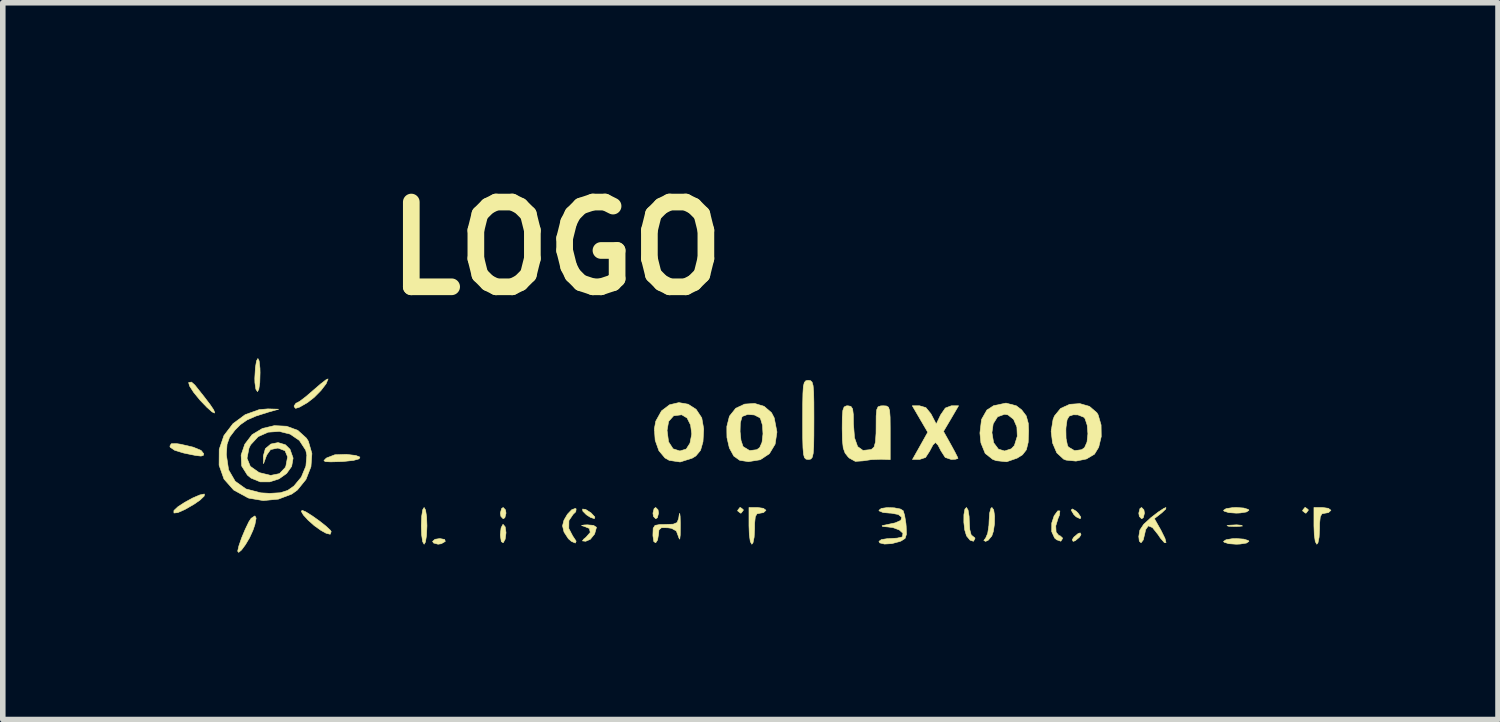
<source format=kicad_pcb>
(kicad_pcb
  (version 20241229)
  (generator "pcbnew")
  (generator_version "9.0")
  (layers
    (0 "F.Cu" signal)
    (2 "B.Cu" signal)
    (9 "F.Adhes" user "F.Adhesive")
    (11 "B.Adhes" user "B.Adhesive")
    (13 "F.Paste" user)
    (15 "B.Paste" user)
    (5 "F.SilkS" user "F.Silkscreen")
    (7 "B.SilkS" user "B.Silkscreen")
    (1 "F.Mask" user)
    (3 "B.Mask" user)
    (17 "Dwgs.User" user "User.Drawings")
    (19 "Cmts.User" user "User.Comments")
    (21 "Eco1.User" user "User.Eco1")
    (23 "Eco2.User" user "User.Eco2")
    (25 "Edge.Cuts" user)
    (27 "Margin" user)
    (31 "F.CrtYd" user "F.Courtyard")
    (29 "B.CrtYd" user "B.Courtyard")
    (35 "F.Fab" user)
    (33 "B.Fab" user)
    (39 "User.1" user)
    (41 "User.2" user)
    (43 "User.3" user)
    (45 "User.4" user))
  (footprint "LOGO"
    (layer "F.Cu")
    (at 10.368 5.111)
    (property "Reference" "LOGO" (at -3.409 -3.693 0) (layer "F.SilkS") (effects (font (size 1.524 1.524) (thickness 0.3))))
    (attr through_hole)
    (fp_poly (pts (xy -5.422 1.54) (xy -5.41 1.575) (xy -5.482 1.617) (xy -5.54 1.626) (xy -5.621 1.604) (xy -5.639 1.575) (xy -5.595 1.537) (xy -5.509 1.524) (xy -5.422 1.54)) (stroke (width 0.01) (type solid)) (fill yes) (layer "F.SilkS"))
    (fp_poly (pts (xy -4.328 1.008) (xy -4.318 1.067) (xy -4.339 1.149) (xy -4.369 1.168) (xy -4.41 1.126) (xy -4.42 1.067) (xy -4.398 0.984) (xy -4.369 0.965) (xy -4.328 1.008)) (stroke (width 0.01) (type solid)) (fill yes) (layer "F.SilkS"))
    (fp_poly (pts (xy -1.584 1.008) (xy -1.575 1.067) (xy -1.596 1.149) (xy -1.626 1.168) (xy -1.667 1.126) (xy -1.676 1.067) (xy -1.655 0.984) (xy -1.626 0.965) (xy -1.584 1.008)) (stroke (width 0.01) (type solid)) (fill yes) (layer "F.SilkS"))
    (fp_poly (pts (xy -0.052 1.004) (xy -0.051 1.016) (xy -0.089 1.065) (xy -0.102 1.067) (xy -0.151 1.028) (xy -0.152 1.016) (xy -0.114 0.967) (xy -0.102 0.965) (xy -0.052 1.004)) (stroke (width 0.01) (type solid)) (fill yes) (layer "F.SilkS"))
    (fp_poly (pts (xy 5.935 1.032) (xy 5.969 1.066) (xy 6.019 1.139) (xy 6.008 1.168) (xy 5.935 1.133) (xy 5.892 1.091) (xy 5.845 1.012) (xy 5.867 0.991) (xy 5.935 1.032)) (stroke (width 0.01) (type solid)) (fill yes) (layer "F.SilkS"))
    (fp_poly (pts (xy 6.022 1.453) (xy 5.994 1.499) (xy 5.918 1.563) (xy 5.88 1.575) (xy 5.865 1.544) (xy 5.893 1.499) (xy 5.969 1.435) (xy 6.007 1.422) (xy 6.022 1.453)) (stroke (width 0.01) (type solid)) (fill yes) (layer "F.SilkS"))
    (fp_poly (pts (xy 7.153 1.008) (xy 7.163 1.067) (xy 7.142 1.149) (xy 7.112 1.168) (xy 7.071 1.126) (xy 7.061 1.067) (xy 7.082 0.984) (xy 7.112 0.965) (xy 7.153 1.008)) (stroke (width 0.01) (type solid)) (fill yes) (layer "F.SilkS"))
    (fp_poly (pts (xy 8.903 1.285) (xy 8.927 1.298) (xy 8.863 1.305) (xy 8.788 1.307) (xy 8.679 1.303) (xy 8.648 1.293) (xy 8.674 1.285) (xy 8.822 1.277) (xy 8.903 1.285)) (stroke (width 0.01) (type solid)) (fill yes) (layer "F.SilkS"))
    (fp_poly (pts (xy 10.108 1.004) (xy 10.109 1.016) (xy 10.071 1.065) (xy 10.058 1.067) (xy 10.009 1.028) (xy 10.008 1.016) (xy 10.046 0.967) (xy 10.058 0.965) (xy 10.108 1.004)) (stroke (width 0.01) (type solid)) (fill yes) (layer "F.SilkS"))
    (fp_poly (pts (xy -2.885 1.001) (xy -2.793 1.06) (xy -2.788 1.064) (xy -2.72 1.137) (xy -2.729 1.166) (xy -2.8 1.143) (xy -2.873 1.096) (xy -2.937 1.031) (xy -2.941 0.993) (xy -2.885 1.001)) (stroke (width 0.01) (type solid)) (fill yes) (layer "F.SilkS"))
    (fp_poly (pts (xy -4.333 1.314) (xy -4.318 1.419) (xy -4.334 1.537) (xy -4.369 1.6) (xy -4.403 1.579) (xy -4.419 1.475) (xy -4.42 1.451) (xy -4.407 1.332) (xy -4.376 1.272) (xy -4.369 1.27) (xy -4.333 1.314)) (stroke (width 0.01) (type solid)) (fill yes) (layer "F.SilkS"))
    (fp_poly (pts (xy -8.758 -1.671) (xy -8.743 -1.538) (xy -8.741 -1.46) (xy -8.746 -1.281) (xy -8.764 -1.159) (xy -8.788 -1.118) (xy -8.817 -1.163) (xy -8.834 -1.279) (xy -8.836 -1.359) (xy -8.825 -1.551) (xy -8.805 -1.671) (xy -8.78 -1.714) (xy -8.758 -1.671)) (stroke (width 0.01) (type solid)) (fill yes) (layer "F.SilkS"))
    (fp_poly (pts (xy -5.765 1.012) (xy -5.746 1.135) (xy -5.74 1.295) (xy -5.748 1.468) (xy -5.767 1.586) (xy -5.791 1.626) (xy -5.818 1.579) (xy -5.836 1.455) (xy -5.842 1.295) (xy -5.835 1.123) (xy -5.816 1.005) (xy -5.791 0.965) (xy -5.765 1.012)) (stroke (width 0.01) (type solid)) (fill yes) (layer "F.SilkS"))
    (fp_poly (pts (xy 8.95 0.975) (xy 9.032 1.001) (xy 9.042 1.016) (xy 8.997 1.046) (xy 8.882 1.064) (xy 8.814 1.067) (xy 8.677 1.057) (xy 8.596 1.031) (xy 8.585 1.016) (xy 8.631 0.986) (xy 8.745 0.968) (xy 8.814 0.965) (xy 8.95 0.975)) (stroke (width 0.01) (type solid)) (fill yes) (layer "F.SilkS"))
    (fp_poly (pts (xy 8.95 1.534) (xy 9.032 1.56) (xy 9.042 1.575) (xy 8.997 1.605) (xy 8.882 1.623) (xy 8.814 1.626) (xy 8.677 1.616) (xy 8.596 1.59) (xy 8.585 1.575) (xy 8.631 1.545) (xy 8.745 1.526) (xy 8.814 1.524) (xy 8.95 1.534)) (stroke (width 0.01) (type solid)) (fill yes) (layer "F.SilkS"))
    (fp_poly (pts (xy -7.019 0.03) (xy -6.945 0.059) (xy -6.961 0.091) (xy -7.063 0.119) (xy -7.245 0.138) (xy -7.29 0.14) (xy -7.472 0.145) (xy -7.568 0.14) (xy -7.593 0.122) (xy -7.561 0.088) (xy -7.544 0.074) (xy -7.396 0.017) (xy -7.188 0.01) (xy -7.019 0.03)) (stroke (width 0.01) (type solid)) (fill yes) (layer "F.SilkS"))
    (fp_poly (pts (xy -10.173 -0.173) (xy -9.944 -0.12) (xy -9.802 -0.061) (xy -9.754 -0.001) (xy -9.763 0.03) (xy -9.804 0.041) (xy -9.898 0.03) (xy -10.064 -0.003) (xy -10.122 -0.016) (xy -10.276 -0.063) (xy -10.356 -0.117) (xy -10.363 -0.138) (xy -10.338 -0.181) (xy -10.247 -0.184) (xy -10.173 -0.173)) (stroke (width 0.01) (type solid)) (fill yes) (layer "F.SilkS"))
    (fp_poly (pts (xy -9.742 0.724) (xy -9.746 0.76) (xy -9.82 0.831) (xy -9.929 0.907) (xy -10.094 1.002) (xy -10.219 1.057) (xy -10.29 1.065) (xy -10.291 1.023) (xy -10.287 1.017) (xy -10.218 0.952) (xy -10.095 0.872) (xy -9.954 0.795) (xy -9.826 0.74) (xy -9.745 0.723) (xy -9.742 0.724)) (stroke (width 0.01) (type solid)) (fill yes) (layer "F.SilkS"))
    (fp_poly (pts (xy -8.812 1.157) (xy -8.834 1.273) (xy -8.87 1.378) (xy -8.931 1.511) (xy -9.004 1.634) (xy -9.074 1.729) (xy -9.126 1.773) (xy -9.144 1.751) (xy -9.123 1.658) (xy -9.073 1.513) (xy -9.007 1.356) (xy -8.943 1.223) (xy -8.901 1.159) (xy -8.834 1.116) (xy -8.812 1.157)) (stroke (width 0.01) (type solid)) (fill yes) (layer "F.SilkS"))
    (fp_poly (pts (xy -7.918 1.044) (xy -7.805 1.115) (xy -7.674 1.208) (xy -7.556 1.301) (xy -7.478 1.374) (xy -7.462 1.399) (xy -7.48 1.447) (xy -7.555 1.428) (xy -7.648 1.376) (xy -7.767 1.291) (xy -7.878 1.192) (xy -7.962 1.1) (xy -8 1.035) (xy -7.985 1.016) (xy -7.918 1.044)) (stroke (width 0.01) (type solid)) (fill yes) (layer "F.SilkS"))
    (fp_poly (pts (xy -9.911 -1.233) (xy -9.746 -1.025) (xy -9.638 -0.883) (xy -9.578 -0.794) (xy -9.558 -0.747) (xy -9.562 -0.733) (xy -9.606 -0.755) (xy -9.697 -0.836) (xy -9.816 -0.96) (xy -9.823 -0.968) (xy -9.936 -1.106) (xy -10.008 -1.218) (xy -10.026 -1.281) (xy -10.025 -1.282) (xy -9.974 -1.29) (xy -9.911 -1.233)) (stroke (width 0.01) (type solid)) (fill yes) (layer "F.SilkS"))
    (fp_poly (pts (xy -2.745 1.287) (xy -2.693 1.32) (xy -2.692 1.324) (xy -2.725 1.442) (xy -2.803 1.538) (xy -2.885 1.573) (xy -2.944 1.566) (xy -2.92 1.533) (xy -2.883 1.504) (xy -2.803 1.413) (xy -2.82 1.342) (xy -2.908 1.306) (xy -2.961 1.29) (xy -2.916 1.28) (xy -2.857 1.277) (xy -2.745 1.287)) (stroke (width 0.01) (type solid)) (fill yes) (layer "F.SilkS"))
    (fp_poly (pts (xy 4.452 1.009) (xy 4.468 1.119) (xy 4.466 1.259) (xy 4.446 1.394) (xy 4.418 1.477) (xy 4.352 1.555) (xy 4.306 1.575) (xy 4.274 1.558) (xy 4.308 1.514) (xy 4.344 1.43) (xy 4.366 1.286) (xy 4.369 1.209) (xy 4.378 1.068) (xy 4.402 0.98) (xy 4.42 0.965) (xy 4.452 1.009)) (stroke (width 0.01) (type solid)) (fill yes) (layer "F.SilkS"))
    (fp_poly (pts (xy 3.991 1.011) (xy 4.01 1.128) (xy 4.013 1.219) (xy 4.022 1.364) (xy 4.046 1.456) (xy 4.064 1.473) (xy 4.113 1.512) (xy 4.115 1.524) (xy 4.088 1.573) (xy 4.027 1.553) (xy 3.964 1.477) (xy 3.931 1.37) (xy 3.915 1.231) (xy 3.916 1.095) (xy 3.934 0.995) (xy 3.962 0.965) (xy 3.991 1.011)) (stroke (width 0.01) (type solid)) (fill yes) (layer "F.SilkS"))
    (fp_poly (pts (xy 5.642 1.027) (xy 5.634 1.103) (xy 5.609 1.162) (xy 5.568 1.296) (xy 5.574 1.409) (xy 5.624 1.47) (xy 5.644 1.473) (xy 5.688 1.512) (xy 5.69 1.524) (xy 5.659 1.572) (xy 5.586 1.547) (xy 5.547 1.514) (xy 5.495 1.399) (xy 5.496 1.244) (xy 5.539 1.114) (xy 5.604 1.026) (xy 5.642 1.027)) (stroke (width 0.01) (type solid)) (fill yes) (layer "F.SilkS"))
    (fp_poly (pts (xy -3.057 0.991) (xy -3.064 1.042) (xy -3.112 1.089) (xy -3.187 1.2) (xy -3.189 1.343) (xy -3.118 1.48) (xy -3.116 1.482) (xy -3.057 1.571) (xy -3.072 1.605) (xy -3.142 1.575) (xy -3.196 1.528) (xy -3.275 1.407) (xy -3.302 1.295) (xy -3.276 1.193) (xy -3.214 1.087) (xy -3.138 1.007) (xy -3.072 0.982) (xy -3.057 0.991)) (stroke (width 0.01) (type solid)) (fill yes) (layer "F.SilkS"))
    (fp_poly (pts (xy 0.31 0.98) (xy 0.356 1.015) (xy 0.356 1.016) (xy 0.313 1.057) (xy 0.254 1.067) (xy 0.195 1.079) (xy 0.165 1.131) (xy 0.153 1.248) (xy 0.152 1.346) (xy 0.144 1.499) (xy 0.123 1.601) (xy 0.102 1.626) (xy 0.075 1.579) (xy 0.057 1.455) (xy 0.051 1.295) (xy 0.051 0.965) (xy 0.203 0.965) (xy 0.31 0.98)) (stroke (width 0.01) (type solid)) (fill yes) (layer "F.SilkS"))
    (fp_poly (pts (xy 10.47 0.98) (xy 10.516 1.015) (xy 10.516 1.016) (xy 10.473 1.057) (xy 10.414 1.067) (xy 10.355 1.079) (xy 10.325 1.131) (xy 10.313 1.248) (xy 10.312 1.346) (xy 10.304 1.499) (xy 10.283 1.601) (xy 10.262 1.626) (xy 10.235 1.579) (xy 10.217 1.455) (xy 10.211 1.295) (xy 10.211 0.965) (xy 10.363 0.965) (xy 10.47 0.98)) (stroke (width 0.01) (type solid)) (fill yes) (layer "F.SilkS"))
    (fp_poly (pts (xy -7.518 -1.346) (xy -7.554 -1.259) (xy -7.646 -1.139) (xy -7.766 -1.017) (xy -7.89 -0.92) (xy -7.894 -0.918) (xy -8.03 -0.84) (xy -8.102 -0.817) (xy -8.127 -0.846) (xy -8.128 -0.864) (xy -8.093 -0.913) (xy -8.083 -0.914) (xy -8.025 -0.946) (xy -7.916 -1.029) (xy -7.78 -1.146) (xy -7.778 -1.148) (xy -7.65 -1.258) (xy -7.557 -1.33) (xy -7.519 -1.347) (xy -7.518 -1.346)) (stroke (width 0.01) (type solid)) (fill yes) (layer "F.SilkS"))
    (fp_poly (pts (xy 7.546 0.993) (xy 7.479 1.057) (xy 7.468 1.066) (xy 7.341 1.165) (xy 7.459 1.374) (xy 7.532 1.521) (xy 7.551 1.598) (xy 7.522 1.598) (xy 7.449 1.514) (xy 7.408 1.453) (xy 7.307 1.326) (xy 7.232 1.296) (xy 7.184 1.364) (xy 7.171 1.426) (xy 7.141 1.549) (xy 7.102 1.6) (xy 7.07 1.57) (xy 7.061 1.487) (xy 7.08 1.373) (xy 7.149 1.268) (xy 7.282 1.146) (xy 7.411 1.047) (xy 7.511 0.982) (xy 7.549 0.966) (xy 7.546 0.993)) (stroke (width 0.01) (type solid)) (fill yes) (layer "F.SilkS"))
    (fp_poly (pts (xy -1.187 1.124) (xy -1.183 1.255) (xy -1.183 1.295) (xy -1.185 1.461) (xy -1.194 1.535) (xy -1.209 1.513) (xy -1.213 1.499) (xy -1.255 1.388) (xy -1.341 1.34) (xy -1.41 1.33) (xy -1.523 1.329) (xy -1.568 1.369) (xy -1.575 1.442) (xy -1.593 1.55) (xy -1.626 1.6) (xy -1.66 1.579) (xy -1.676 1.475) (xy -1.676 1.451) (xy -1.672 1.339) (xy -1.638 1.287) (xy -1.549 1.271) (xy -1.451 1.27) (xy -1.311 1.265) (xy -1.242 1.236) (xy -1.213 1.163) (xy -1.205 1.105) (xy -1.195 1.069) (xy -1.187 1.124)) (stroke (width 0.01) (type solid)) (fill yes) (layer "F.SilkS"))
    (fp_poly (pts (xy 1.158 -1.316) (xy 1.186 -1.289) (xy 1.204 -1.226) (xy 1.214 -1.111) (xy 1.218 -0.929) (xy 1.219 -0.662) (xy 1.219 -0.61) (xy 1.218 -0.328) (xy 1.215 -0.133) (xy 1.206 -0.008) (xy 1.189 0.063) (xy 1.163 0.094) (xy 1.125 0.102) (xy 1.118 0.102) (xy 1.077 0.096) (xy 1.049 0.07) (xy 1.032 0.007) (xy 1.022 -0.108) (xy 1.017 -0.291) (xy 1.016 -0.557) (xy 1.016 -0.61) (xy 1.017 -0.891) (xy 1.021 -1.086) (xy 1.029 -1.212) (xy 1.046 -1.282) (xy 1.072 -1.313) (xy 1.11 -1.321) (xy 1.118 -1.321) (xy 1.158 -1.316)) (stroke (width 0.01) (type solid)) (fill yes) (layer "F.SilkS"))
    (fp_poly (pts (xy -1.043 -0.892) (xy -0.899 -0.799) (xy -0.798 -0.646) (xy -0.763 -0.447) (xy -0.776 -0.217) (xy -0.82 -0.063) (xy -0.904 0.038) (xy -0.969 0.078) (xy -1.187 0.147) (xy -1.383 0.118) (xy -1.46 0.074) (xy -1.569 -0.056) (xy -1.636 -0.244) (xy -1.648 -0.422) (xy -1.422 -0.422) (xy -1.395 -0.215) (xy -1.314 -0.09) (xy -1.191 -0.051) (xy -1.077 -0.086) (xy -1.01 -0.191) (xy -0.978 -0.356) (xy -0.999 -0.518) (xy -1.062 -0.644) (xy -1.158 -0.702) (xy -1.304 -0.684) (xy -1.394 -0.583) (xy -1.422 -0.422) (xy -1.648 -0.422) (xy -1.65 -0.452) (xy -1.625 -0.587) (xy -1.522 -0.772) (xy -1.377 -0.882) (xy -1.21 -0.921) (xy -1.043 -0.892)) (stroke (width 0.01) (type solid)) (fill yes) (layer "F.SilkS"))
    (fp_poly (pts (xy 3.232 -0.831) (xy 3.322 -0.721) (xy 3.334 -0.699) (xy 3.419 -0.535) (xy 3.497 -0.699) (xy 3.582 -0.823) (xy 3.688 -0.863) (xy 3.697 -0.864) (xy 3.82 -0.864) (xy 3.685 -0.633) (xy 3.549 -0.403) (xy 3.68 -0.169) (xy 3.753 -0.035) (xy 3.8 0.058) (xy 3.81 0.083) (xy 3.767 0.097) (xy 3.689 0.102) (xy 3.58 0.065) (xy 3.505 -0.051) (xy 3.451 -0.155) (xy 3.406 -0.203) (xy 3.404 -0.203) (xy 3.36 -0.161) (xy 3.306 -0.06) (xy 3.302 -0.051) (xy 3.226 0.066) (xy 3.117 0.102) (xy 3.115 0.102) (xy 2.991 0.102) (xy 3.129 -0.143) (xy 3.266 -0.388) (xy 3.127 -0.626) (xy 2.988 -0.864) (xy 3.118 -0.864) (xy 3.232 -0.831)) (stroke (width 0.01) (type solid)) (fill yes) (layer "F.SilkS"))
    (fp_poly (pts (xy 4.858 -0.864) (xy 4.955 -0.79) (xy 5.037 -0.682) (xy 5.074 -0.548) (xy 5.08 -0.413) (xy 5.072 -0.206) (xy 5.039 -0.072) (xy 4.97 0.017) (xy 4.873 0.078) (xy 4.684 0.143) (xy 4.5 0.124) (xy 4.436 0.101) (xy 4.299 -0.007) (xy 4.222 -0.196) (xy 4.204 -0.375) (xy 4.205 -0.381) (xy 4.42 -0.381) (xy 4.451 -0.199) (xy 4.537 -0.084) (xy 4.648 -0.051) (xy 4.768 -0.09) (xy 4.824 -0.149) (xy 4.876 -0.316) (xy 4.869 -0.482) (xy 4.81 -0.619) (xy 4.709 -0.7) (xy 4.648 -0.711) (xy 4.522 -0.666) (xy 4.443 -0.541) (xy 4.42 -0.381) (xy 4.205 -0.381) (xy 4.233 -0.618) (xy 4.329 -0.787) (xy 4.451 -0.866) (xy 4.673 -0.912) (xy 4.858 -0.864)) (stroke (width 0.01) (type solid)) (fill yes) (layer "F.SilkS"))
    (fp_poly (pts (xy 0.323 -0.854) (xy 0.456 -0.74) (xy 0.505 -0.646) (xy 0.554 -0.392) (xy 0.521 -0.173) (xy 0.418 -0.002) (xy 0.254 0.107) (xy 0.042 0.141) (xy -0.115 0.117) (xy -0.222 0.041) (xy -0.302 -0.105) (xy -0.345 -0.292) (xy -0.347 -0.4) (xy -0.109 -0.4) (xy -0.093 -0.244) (xy -0.057 -0.135) (xy -0.051 -0.127) (xy 0.063 -0.058) (xy 0.191 -0.074) (xy 0.244 -0.112) (xy 0.286 -0.208) (xy 0.303 -0.358) (xy 0.294 -0.514) (xy 0.259 -0.63) (xy 0.244 -0.65) (xy 0.147 -0.699) (xy 0.027 -0.708) (xy -0.065 -0.674) (xy -0.076 -0.66) (xy -0.105 -0.554) (xy -0.109 -0.4) (xy -0.347 -0.4) (xy -0.347 -0.492) (xy -0.301 -0.674) (xy -0.299 -0.678) (xy -0.187 -0.819) (xy -0.027 -0.894) (xy 0.153 -0.906) (xy 0.323 -0.854)) (stroke (width 0.01) (type solid)) (fill yes) (layer "F.SilkS"))
    (fp_poly (pts (xy 2.662 0.971) (xy 2.772 0.992) (xy 2.824 1.023) (xy 2.85 1.107) (xy 2.873 1.248) (xy 2.878 1.304) (xy 2.883 1.446) (xy 2.858 1.522) (xy 2.788 1.567) (xy 2.766 1.576) (xy 2.62 1.615) (xy 2.489 1.623) (xy 2.403 1.602) (xy 2.388 1.575) (xy 2.433 1.542) (xy 2.544 1.525) (xy 2.582 1.524) (xy 2.716 1.516) (xy 2.802 1.496) (xy 2.81 1.491) (xy 2.82 1.429) (xy 2.754 1.369) (xy 2.637 1.326) (xy 2.546 1.315) (xy 2.454 1.307) (xy 2.445 1.293) (xy 2.464 1.288) (xy 2.6 1.259) (xy 2.68 1.242) (xy 2.782 1.197) (xy 2.798 1.141) (xy 2.736 1.091) (xy 2.607 1.067) (xy 2.591 1.067) (xy 2.464 1.056) (xy 2.393 1.027) (xy 2.388 1.016) (xy 2.431 0.982) (xy 2.535 0.967) (xy 2.662 0.971)) (stroke (width 0.01) (type solid)) (fill yes) (layer "F.SilkS"))
    (fp_poly (pts (xy 6.174 -0.853) (xy 6.307 -0.739) (xy 6.33 -0.701) (xy 6.383 -0.519) (xy 6.386 -0.31) (xy 6.34 -0.118) (xy 6.264 0.007) (xy 6.119 0.093) (xy 5.931 0.131) (xy 5.753 0.113) (xy 5.708 0.095) (xy 5.586 -0.018) (xy 5.51 -0.196) (xy 5.485 -0.405) (xy 5.491 -0.441) (xy 5.75 -0.441) (xy 5.753 -0.277) (xy 5.778 -0.154) (xy 5.794 -0.123) (xy 5.906 -0.057) (xy 6.033 -0.074) (xy 6.086 -0.112) (xy 6.13 -0.211) (xy 6.146 -0.36) (xy 6.133 -0.516) (xy 6.094 -0.633) (xy 6.073 -0.658) (xy 5.967 -0.7) (xy 5.883 -0.702) (xy 5.81 -0.678) (xy 5.772 -0.614) (xy 5.753 -0.483) (xy 5.75 -0.441) (xy 5.491 -0.441) (xy 5.519 -0.616) (xy 5.544 -0.68) (xy 5.655 -0.816) (xy 5.818 -0.89) (xy 6.001 -0.903) (xy 6.174 -0.853)) (stroke (width 0.01) (type solid)) (fill yes) (layer "F.SilkS"))
    (fp_poly (pts (xy 2.523 -0.86) (xy 2.56 -0.838) (xy 2.58 -0.777) (xy 2.589 -0.658) (xy 2.591 -0.464) (xy 2.591 -0.379) (xy 2.591 0.105) (xy 2.426 0.098) (xy 2.249 0.105) (xy 2.101 0.127) (xy 1.963 0.136) (xy 1.856 0.077) (xy 1.834 0.056) (xy 1.779 -0.014) (xy 1.746 -0.106) (xy 1.731 -0.246) (xy 1.727 -0.457) (xy 1.729 -0.66) (xy 1.739 -0.781) (xy 1.762 -0.842) (xy 1.802 -0.862) (xy 1.829 -0.864) (xy 1.884 -0.853) (xy 1.915 -0.807) (xy 1.928 -0.702) (xy 1.93 -0.537) (xy 1.949 -0.288) (xy 2.005 -0.13) (xy 2.101 -0.061) (xy 2.241 -0.076) (xy 2.256 -0.082) (xy 2.3 -0.121) (xy 2.325 -0.21) (xy 2.336 -0.37) (xy 2.337 -0.488) (xy 2.338 -0.68) (xy 2.348 -0.792) (xy 2.373 -0.846) (xy 2.421 -0.862) (xy 2.464 -0.864) (xy 2.523 -0.86)) (stroke (width 0.01) (type solid)) (fill yes) (layer "F.SilkS"))
    (fp_poly (pts (xy -8.407 -0.802) (xy -8.585 -0.752) (xy -8.815 -0.679) (xy -8.975 -0.609) (xy -9.095 -0.525) (xy -9.195 -0.424) (xy -9.29 -0.298) (xy -9.335 -0.171) (xy -9.347 0.003) (xy -9.347 0.02) (xy -9.307 0.289) (xy -9.189 0.493) (xy -8.995 0.632) (xy -8.727 0.702) (xy -8.566 0.711) (xy -8.377 0.7) (xy -8.244 0.658) (xy -8.133 0.58) (xy -7.999 0.419) (xy -7.917 0.221) (xy -7.9 0.024) (xy -7.92 -0.065) (xy -8.034 -0.24) (xy -8.2 -0.354) (xy -8.395 -0.403) (xy -8.595 -0.389) (xy -8.775 -0.309) (xy -8.911 -0.162) (xy -8.94 -0.103) (xy -8.976 0.08) (xy -8.917 0.225) (xy -8.764 0.333) (xy -8.751 0.339) (xy -8.55 0.388) (xy -8.392 0.356) (xy -8.288 0.246) (xy -8.277 0.22) (xy -8.246 0.055) (xy -8.292 -0.055) (xy -8.411 -0.101) (xy -8.432 -0.102) (xy -8.552 -0.076) (xy -8.621 0.021) (xy -8.628 0.038) (xy -8.679 0.178) (xy -8.683 0.04) (xy -8.646 -0.093) (xy -8.547 -0.176) (xy -8.417 -0.202) (xy -8.286 -0.163) (xy -8.203 -0.082) (xy -8.147 0.077) (xy -8.173 0.226) (xy -8.264 0.354) (xy -8.401 0.451) (xy -8.566 0.504) (xy -8.739 0.504) (xy -8.903 0.437) (xy -8.969 0.383) (xy -9.072 0.219) (xy -9.082 0.022) (xy -9.016 -0.172) (xy -8.885 -0.344) (xy -8.699 -0.456) (xy -8.484 -0.507) (xy -8.264 -0.496) (xy -8.063 -0.422) (xy -7.908 -0.282) (xy -7.873 -0.227) (xy -7.809 -0.006) (xy -7.826 0.232) (xy -7.916 0.461) (xy -8.07 0.651) (xy -8.171 0.724) (xy -8.411 0.815) (xy -8.684 0.841) (xy -8.941 0.798) (xy -8.958 0.792) (xy -9.216 0.651) (xy -9.39 0.454) (xy -9.478 0.205) (xy -9.476 -0.08) (xy -9.391 -0.328) (xy -9.228 -0.542) (xy -9.009 -0.704) (xy -8.756 -0.795) (xy -8.6 -0.808) (xy -8.407 -0.802)) (stroke (width 0.01) (type solid)) (fill yes) (layer "F.SilkS")))
  (gr_rect
    (start -3 -3)
    (end 23.889 9.889)
    (stroke (width 0.1) (type default))
    (fill no)
    (layer "Edge.Cuts")))
</source>
